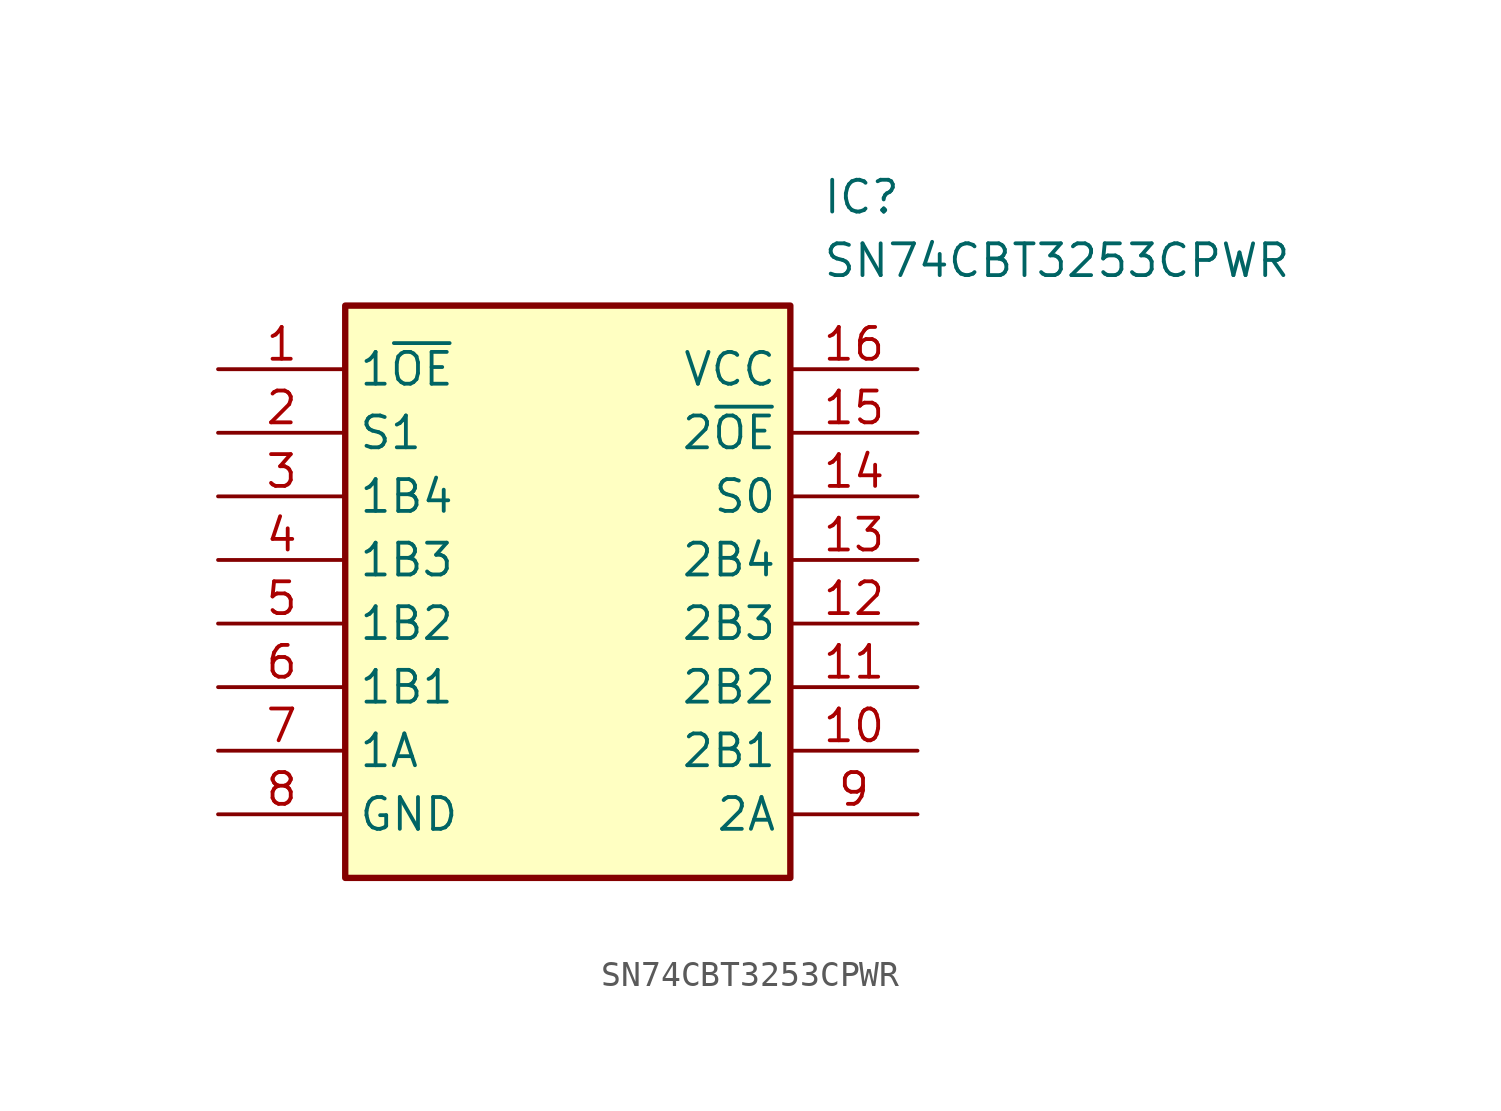
<source format=kicad_sym>
(kicad_symbol_lib
  (version 20211014)
  (generator SamacSys_ECAD_Model)
  (symbol "SN74CBT3253CPWR"
    (property "Reference" "IC"
      (at 24.13 7.62 0)
      (effects (font (size 1.27 1.27)) (justify left top)))
    (property "Value" "SN74CBT3253CPWR"
      (at 24.13 5.08 0)
      (effects (font (size 1.27 1.27)) (justify left top)))
    (rectangle
      (start 5.08 2.54)
      (end 22.86 -20.32)
      (stroke (width 0.254) (type default))
      (fill (type background)))
    (pin passive line
      (at 0 0 0)
      (length 5.08)
      (name "1~{OE}" (effects (font (size 1.27 1.27))))
      (number "1" (effects (font (size 1.27 1.27)))))
    (pin passive line
      (at 0 -2.54 0)
      (length 5.08)
      (name "S1" (effects (font (size 1.27 1.27))))
      (number "2" (effects (font (size 1.27 1.27)))))
    (pin passive line
      (at 0 -5.08 0)
      (length 5.08)
      (name "1B4" (effects (font (size 1.27 1.27))))
      (number "3" (effects (font (size 1.27 1.27)))))
    (pin passive line
      (at 0 -7.62 0)
      (length 5.08)
      (name "1B3" (effects (font (size 1.27 1.27))))
      (number "4" (effects (font (size 1.27 1.27)))))
    (pin passive line
      (at 0 -10.16 0)
      (length 5.08)
      (name "1B2" (effects (font (size 1.27 1.27))))
      (number "5" (effects (font (size 1.27 1.27)))))
    (pin passive line
      (at 0 -12.7 0)
      (length 5.08)
      (name "1B1" (effects (font (size 1.27 1.27))))
      (number "6" (effects (font (size 1.27 1.27)))))
    (pin passive line
      (at 0 -15.24 0)
      (length 5.08)
      (name "1A" (effects (font (size 1.27 1.27))))
      (number "7" (effects (font (size 1.27 1.27)))))
    (pin passive line
      (at 0 -17.78 0)
      (length 5.08)
      (name "GND" (effects (font (size 1.27 1.27))))
      (number "8" (effects (font (size 1.27 1.27)))))
    (pin passive line
      (at 27.94 0 180)
      (length 5.08)
      (name "VCC" (effects (font (size 1.27 1.27))))
      (number "16" (effects (font (size 1.27 1.27)))))
    (pin passive line
      (at 27.94 -2.54 180)
      (length 5.08)
      (name "2~{OE}" (effects (font (size 1.27 1.27))))
      (number "15" (effects (font (size 1.27 1.27)))))
    (pin passive line
      (at 27.94 -5.08 180)
      (length 5.08)
      (name "S0" (effects (font (size 1.27 1.27))))
      (number "14" (effects (font (size 1.27 1.27)))))
    (pin passive line
      (at 27.94 -7.62 180)
      (length 5.08)
      (name "2B4" (effects (font (size 1.27 1.27))))
      (number "13" (effects (font (size 1.27 1.27)))))
    (pin passive line
      (at 27.94 -10.16 180)
      (length 5.08)
      (name "2B3" (effects (font (size 1.27 1.27))))
      (number "12" (effects (font (size 1.27 1.27)))))
    (pin passive line
      (at 27.94 -12.7 180)
      (length 5.08)
      (name "2B2" (effects (font (size 1.27 1.27))))
      (number "11" (effects (font (size 1.27 1.27)))))
    (pin passive line
      (at 27.94 -15.24 180)
      (length 5.08)
      (name "2B1" (effects (font (size 1.27 1.27))))
      (number "10" (effects (font (size 1.27 1.27)))))
    (pin passive line
      (at 27.94 -17.78 180)
      (length 5.08)
      (name "2A" (effects (font (size 1.27 1.27))))
      (number "9" (effects (font (size 1.27 1.27)))))))
</source>
